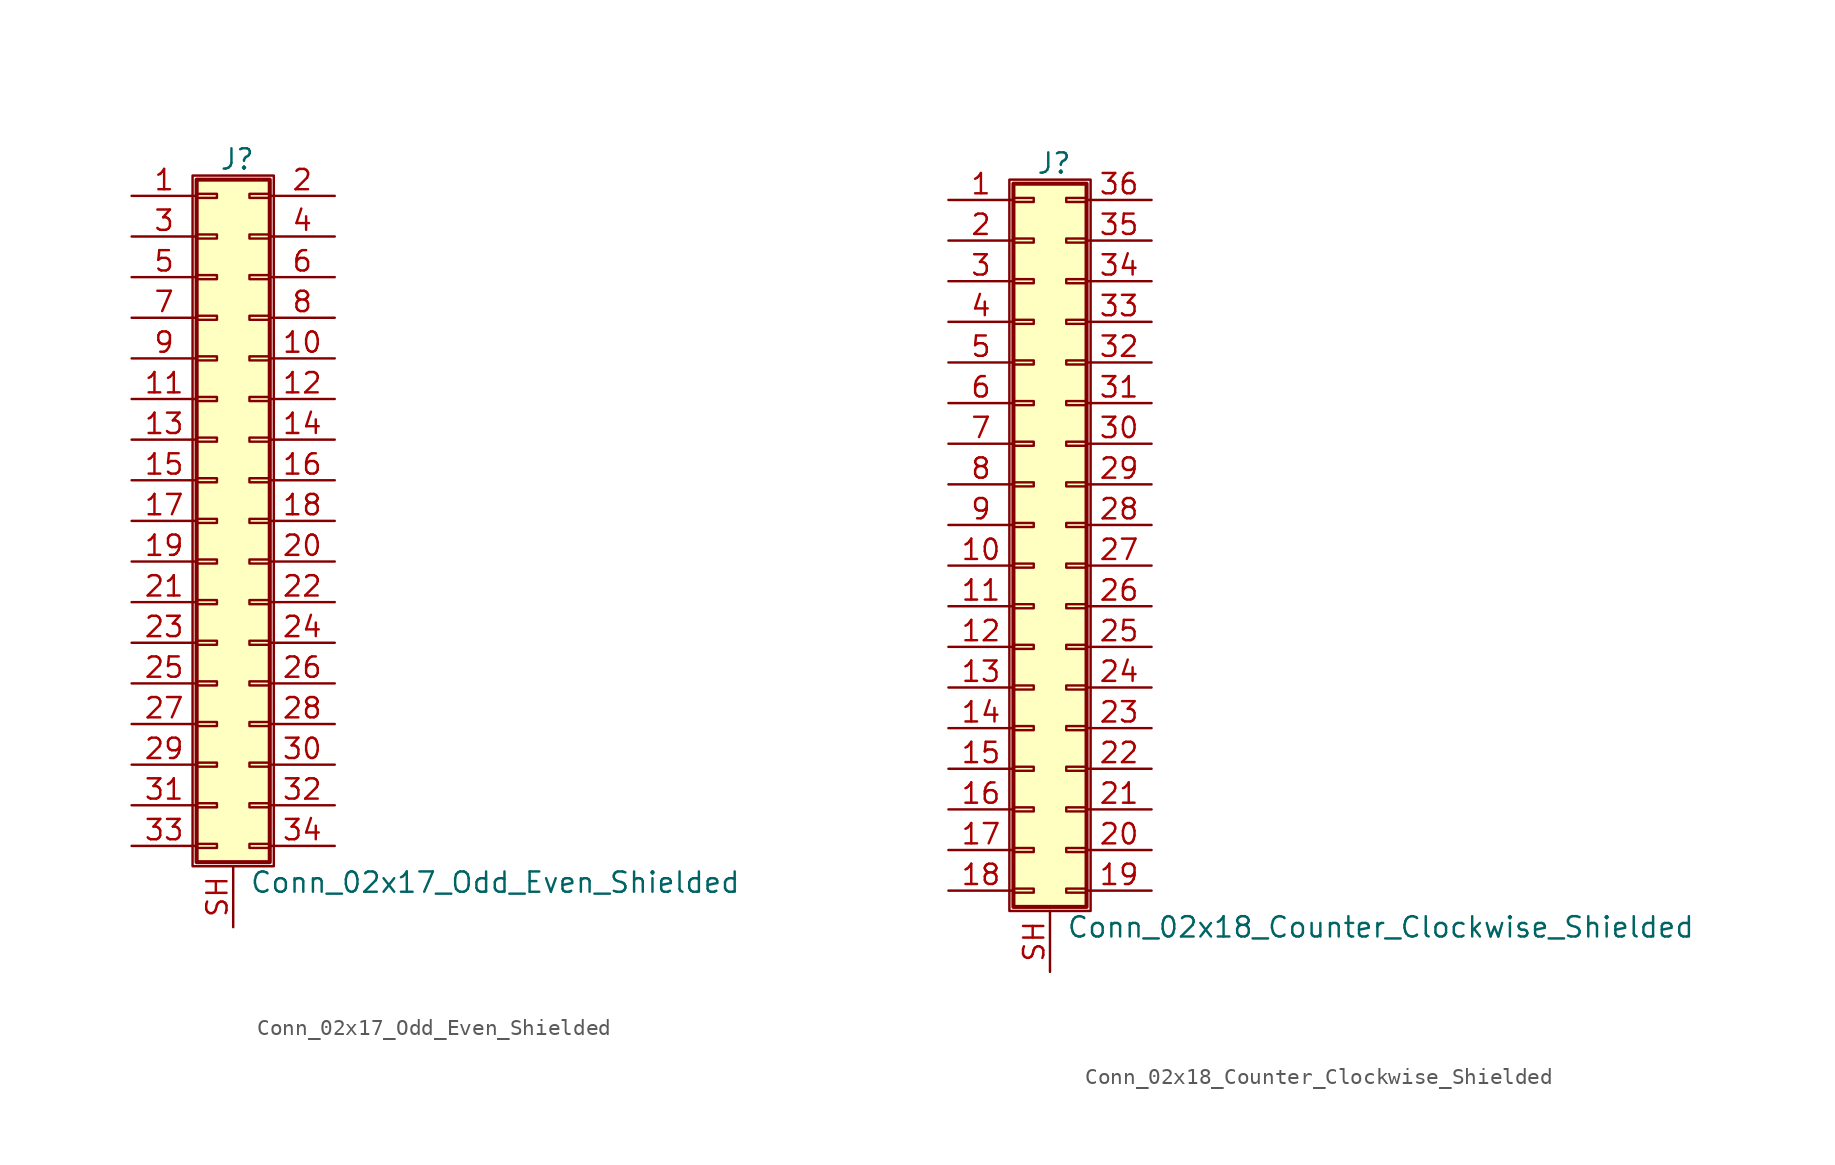
<source format=kicad_sym>
(kicad_symbol_lib
  (version 20201005)
  (generator kicad_symbol_editor)
  (symbol "Conn_02x17_Odd_Even_Shielded"
    (pin_names
      (offset 1.016) hide)
    (property "Reference" "J"
      (at 1.524 22.606 0)
      (effects (font (size 1.27 1.27))))
    (property "Value" "Conn_02x17_Odd_Even_Shielded"
      (at 2.286 -22.606 0)
      (effects (font (size 1.27 1.27)) (justify left)))
    (symbol "Conn_02x17_Odd_Even_Shielded_1_1"
      (rectangle (start -1.27 21.59) (end 3.81 -21.59) (stroke (width 0.152)) (fill (type none)))
      (rectangle (start -1.016 -20.193) (end 0.254 -20.447) (stroke (width 0.152)) (fill (type none)))
      (rectangle (start -1.016 -17.653) (end 0.254 -17.907) (stroke (width 0.152)) (fill (type none)))
      (rectangle (start -1.016 -15.113) (end 0.254 -15.367) (stroke (width 0.152)) (fill (type none)))
      (rectangle (start -1.016 -12.573) (end 0.254 -12.827) (stroke (width 0.152)) (fill (type none)))
      (rectangle (start -1.016 -10.033) (end 0.254 -10.287) (stroke (width 0.152)) (fill (type none)))
      (rectangle (start -1.016 -7.493) (end 0.254 -7.747) (stroke (width 0.152)) (fill (type none)))
      (rectangle (start -1.016 -4.953) (end 0.254 -5.207) (stroke (width 0.152)) (fill (type none)))
      (rectangle (start -1.016 -2.413) (end 0.254 -2.667) (stroke (width 0.152)) (fill (type none)))
      (rectangle (start -1.016 0.127) (end 0.254 -0.127) (stroke (width 0.152)) (fill (type none)))
      (rectangle (start -1.016 2.667) (end 0.254 2.413) (stroke (width 0.152)) (fill (type none)))
      (rectangle (start -1.016 5.207) (end 0.254 4.953) (stroke (width 0.152)) (fill (type none)))
      (rectangle (start -1.016 7.747) (end 0.254 7.493) (stroke (width 0.152)) (fill (type none)))
      (rectangle (start -1.016 10.287) (end 0.254 10.033) (stroke (width 0.152)) (fill (type none)))
      (rectangle (start -1.016 12.827) (end 0.254 12.573) (stroke (width 0.152)) (fill (type none)))
      (rectangle (start -1.016 15.367) (end 0.254 15.113) (stroke (width 0.152)) (fill (type none)))
      (rectangle (start -1.016 17.907) (end 0.254 17.653) (stroke (width 0.152)) (fill (type none)))
      (rectangle (start -1.016 20.447) (end 0.254 20.193) (stroke (width 0.152)) (fill (type none)))
      (rectangle (start 3.556 -20.193) (end 2.286 -20.447) (stroke (width 0.152)) (fill (type none)))
      (rectangle (start 3.556 -17.653) (end 2.286 -17.907) (stroke (width 0.152)) (fill (type none)))
      (rectangle (start 3.556 -15.113) (end 2.286 -15.367) (stroke (width 0.152)) (fill (type none)))
      (rectangle (start 3.556 -12.573) (end 2.286 -12.827) (stroke (width 0.152)) (fill (type none)))
      (rectangle (start 3.556 -10.033) (end 2.286 -10.287) (stroke (width 0.152)) (fill (type none)))
      (rectangle (start 3.556 -7.493) (end 2.286 -7.747) (stroke (width 0.152)) (fill (type none)))
      (rectangle (start 3.556 -4.953) (end 2.286 -5.207) (stroke (width 0.152)) (fill (type none)))
      (rectangle (start 3.556 -2.413) (end 2.286 -2.667) (stroke (width 0.152)) (fill (type none)))
      (rectangle (start 3.556 0.127) (end 2.286 -0.127) (stroke (width 0.152)) (fill (type none)))
      (rectangle (start 3.556 2.667) (end 2.286 2.413) (stroke (width 0.152)) (fill (type none)))
      (rectangle (start 3.556 5.207) (end 2.286 4.953) (stroke (width 0.152)) (fill (type none)))
      (rectangle (start 3.556 7.747) (end 2.286 7.493) (stroke (width 0.152)) (fill (type none)))
      (rectangle (start 3.556 10.287) (end 2.286 10.033) (stroke (width 0.152)) (fill (type none)))
      (rectangle (start 3.556 12.827) (end 2.286 12.573) (stroke (width 0.152)) (fill (type none)))
      (rectangle (start 3.556 15.367) (end 2.286 15.113) (stroke (width 0.152)) (fill (type none)))
      (rectangle (start 3.556 17.907) (end 2.286 17.653) (stroke (width 0.152)) (fill (type none)))
      (rectangle (start 3.556 20.447) (end 2.286 20.193) (stroke (width 0.152)) (fill (type none)))
      (rectangle (start -1.016 21.336) (end 3.556 -21.336) (stroke (width 0.254)) (fill (type background)))
      (pin passive line (at -5.08 20.32 0) (length 4.064) (name "Pin_1" (effects (font (size 1.27 1.27)))) (number "1" (effects (font (size 1.27 1.27)))))
      (pin passive line (at 7.62 10.16 180) (length 4.064) (name "Pin_10" (effects (font (size 1.27 1.27)))) (number "10" (effects (font (size 1.27 1.27)))))
      (pin passive line (at -5.08 7.62 0) (length 4.064) (name "Pin_11" (effects (font (size 1.27 1.27)))) (number "11" (effects (font (size 1.27 1.27)))))
      (pin passive line (at 7.62 7.62 180) (length 4.064) (name "Pin_12" (effects (font (size 1.27 1.27)))) (number "12" (effects (font (size 1.27 1.27)))))
      (pin passive line (at -5.08 5.08 0) (length 4.064) (name "Pin_13" (effects (font (size 1.27 1.27)))) (number "13" (effects (font (size 1.27 1.27)))))
      (pin passive line (at 7.62 5.08 180) (length 4.064) (name "Pin_14" (effects (font (size 1.27 1.27)))) (number "14" (effects (font (size 1.27 1.27)))))
      (pin passive line (at -5.08 2.54 0) (length 4.064) (name "Pin_15" (effects (font (size 1.27 1.27)))) (number "15" (effects (font (size 1.27 1.27)))))
      (pin passive line (at 7.62 2.54 180) (length 4.064) (name "Pin_16" (effects (font (size 1.27 1.27)))) (number "16" (effects (font (size 1.27 1.27)))))
      (pin passive line (at -5.08 0 0) (length 4.064) (name "Pin_17" (effects (font (size 1.27 1.27)))) (number "17" (effects (font (size 1.27 1.27)))))
      (pin passive line (at 7.62 0 180) (length 4.064) (name "Pin_18" (effects (font (size 1.27 1.27)))) (number "18" (effects (font (size 1.27 1.27)))))
      (pin passive line (at -5.08 -2.54 0) (length 4.064) (name "Pin_19" (effects (font (size 1.27 1.27)))) (number "19" (effects (font (size 1.27 1.27)))))
      (pin passive line (at 7.62 20.32 180) (length 4.064) (name "Pin_2" (effects (font (size 1.27 1.27)))) (number "2" (effects (font (size 1.27 1.27)))))
      (pin passive line (at 7.62 -2.54 180) (length 4.064) (name "Pin_20" (effects (font (size 1.27 1.27)))) (number "20" (effects (font (size 1.27 1.27)))))
      (pin passive line (at -5.08 -5.08 0) (length 4.064) (name "Pin_21" (effects (font (size 1.27 1.27)))) (number "21" (effects (font (size 1.27 1.27)))))
      (pin passive line (at 7.62 -5.08 180) (length 4.064) (name "Pin_22" (effects (font (size 1.27 1.27)))) (number "22" (effects (font (size 1.27 1.27)))))
      (pin passive line (at -5.08 -7.62 0) (length 4.064) (name "Pin_23" (effects (font (size 1.27 1.27)))) (number "23" (effects (font (size 1.27 1.27)))))
      (pin passive line (at 7.62 -7.62 180) (length 4.064) (name "Pin_24" (effects (font (size 1.27 1.27)))) (number "24" (effects (font (size 1.27 1.27)))))
      (pin passive line (at -5.08 -10.16 0) (length 4.064) (name "Pin_25" (effects (font (size 1.27 1.27)))) (number "25" (effects (font (size 1.27 1.27)))))
      (pin passive line (at 7.62 -10.16 180) (length 4.064) (name "Pin_26" (effects (font (size 1.27 1.27)))) (number "26" (effects (font (size 1.27 1.27)))))
      (pin passive line (at -5.08 -12.7 0) (length 4.064) (name "Pin_27" (effects (font (size 1.27 1.27)))) (number "27" (effects (font (size 1.27 1.27)))))
      (pin passive line (at 7.62 -12.7 180) (length 4.064) (name "Pin_28" (effects (font (size 1.27 1.27)))) (number "28" (effects (font (size 1.27 1.27)))))
      (pin passive line (at -5.08 -15.24 0) (length 4.064) (name "Pin_29" (effects (font (size 1.27 1.27)))) (number "29" (effects (font (size 1.27 1.27)))))
      (pin passive line (at -5.08 17.78 0) (length 4.064) (name "Pin_3" (effects (font (size 1.27 1.27)))) (number "3" (effects (font (size 1.27 1.27)))))
      (pin passive line (at 7.62 -15.24 180) (length 4.064) (name "Pin_30" (effects (font (size 1.27 1.27)))) (number "30" (effects (font (size 1.27 1.27)))))
      (pin passive line (at -5.08 -17.78 0) (length 4.064) (name "Pin_31" (effects (font (size 1.27 1.27)))) (number "31" (effects (font (size 1.27 1.27)))))
      (pin passive line (at 7.62 -17.78 180) (length 4.064) (name "Pin_32" (effects (font (size 1.27 1.27)))) (number "32" (effects (font (size 1.27 1.27)))))
      (pin passive line (at -5.08 -20.32 0) (length 4.064) (name "Pin_33" (effects (font (size 1.27 1.27)))) (number "33" (effects (font (size 1.27 1.27)))))
      (pin passive line (at 7.62 -20.32 180) (length 4.064) (name "Pin_34" (effects (font (size 1.27 1.27)))) (number "34" (effects (font (size 1.27 1.27)))))
      (pin passive line (at 7.62 17.78 180) (length 4.064) (name "Pin_4" (effects (font (size 1.27 1.27)))) (number "4" (effects (font (size 1.27 1.27)))))
      (pin passive line (at -5.08 15.24 0) (length 4.064) (name "Pin_5" (effects (font (size 1.27 1.27)))) (number "5" (effects (font (size 1.27 1.27)))))
      (pin passive line (at 7.62 15.24 180) (length 4.064) (name "Pin_6" (effects (font (size 1.27 1.27)))) (number "6" (effects (font (size 1.27 1.27)))))
      (pin passive line (at -5.08 12.7 0) (length 4.064) (name "Pin_7" (effects (font (size 1.27 1.27)))) (number "7" (effects (font (size 1.27 1.27)))))
      (pin passive line (at 7.62 12.7 180) (length 4.064) (name "Pin_8" (effects (font (size 1.27 1.27)))) (number "8" (effects (font (size 1.27 1.27)))))
      (pin passive line (at -5.08 10.16 0) (length 4.064) (name "Pin_9" (effects (font (size 1.27 1.27)))) (number "9" (effects (font (size 1.27 1.27)))))
      (pin passive line (at 1.27 -25.4 90) (length 3.81) (name "Shield" (effects (font (size 1.27 1.27)))) (number "SH" (effects (font (size 1.27 1.27)))))))
  (symbol "Conn_02x18_Counter_Clockwise_Shielded"
    (pin_names
      (offset 1.016) hide)
    (property "Reference" "J"
      (at 1.524 22.606 0)
      (effects (font (size 1.27 1.27))))
    (property "Value" "Conn_02x18_Counter_Clockwise_Shielded"
      (at 2.286 -25.146 0)
      (effects (font (size 1.27 1.27)) (justify left)))
    (symbol "Conn_02x18_Counter_Clockwise_Shielded_1_1"
      (rectangle (start -1.27 21.59) (end 3.81 -24.13) (stroke (width 0.152)) (fill (type none)))
      (rectangle (start -1.016 -22.733) (end 0.254 -22.987) (stroke (width 0.152)) (fill (type none)))
      (rectangle (start -1.016 -20.193) (end 0.254 -20.447) (stroke (width 0.152)) (fill (type none)))
      (rectangle (start -1.016 -17.653) (end 0.254 -17.907) (stroke (width 0.152)) (fill (type none)))
      (rectangle (start -1.016 -15.113) (end 0.254 -15.367) (stroke (width 0.152)) (fill (type none)))
      (rectangle (start -1.016 -12.573) (end 0.254 -12.827) (stroke (width 0.152)) (fill (type none)))
      (rectangle (start -1.016 -10.033) (end 0.254 -10.287) (stroke (width 0.152)) (fill (type none)))
      (rectangle (start -1.016 -7.493) (end 0.254 -7.747) (stroke (width 0.152)) (fill (type none)))
      (rectangle (start -1.016 -4.953) (end 0.254 -5.207) (stroke (width 0.152)) (fill (type none)))
      (rectangle (start -1.016 -2.413) (end 0.254 -2.667) (stroke (width 0.152)) (fill (type none)))
      (rectangle (start -1.016 0.127) (end 0.254 -0.127) (stroke (width 0.152)) (fill (type none)))
      (rectangle (start -1.016 2.667) (end 0.254 2.413) (stroke (width 0.152)) (fill (type none)))
      (rectangle (start -1.016 5.207) (end 0.254 4.953) (stroke (width 0.152)) (fill (type none)))
      (rectangle (start -1.016 7.747) (end 0.254 7.493) (stroke (width 0.152)) (fill (type none)))
      (rectangle (start -1.016 10.287) (end 0.254 10.033) (stroke (width 0.152)) (fill (type none)))
      (rectangle (start -1.016 12.827) (end 0.254 12.573) (stroke (width 0.152)) (fill (type none)))
      (rectangle (start -1.016 15.367) (end 0.254 15.113) (stroke (width 0.152)) (fill (type none)))
      (rectangle (start -1.016 17.907) (end 0.254 17.653) (stroke (width 0.152)) (fill (type none)))
      (rectangle (start -1.016 20.447) (end 0.254 20.193) (stroke (width 0.152)) (fill (type none)))
      (rectangle (start 3.556 -22.733) (end 2.286 -22.987) (stroke (width 0.152)) (fill (type none)))
      (rectangle (start 3.556 -20.193) (end 2.286 -20.447) (stroke (width 0.152)) (fill (type none)))
      (rectangle (start 3.556 -17.653) (end 2.286 -17.907) (stroke (width 0.152)) (fill (type none)))
      (rectangle (start 3.556 -15.113) (end 2.286 -15.367) (stroke (width 0.152)) (fill (type none)))
      (rectangle (start 3.556 -12.573) (end 2.286 -12.827) (stroke (width 0.152)) (fill (type none)))
      (rectangle (start 3.556 -10.033) (end 2.286 -10.287) (stroke (width 0.152)) (fill (type none)))
      (rectangle (start 3.556 -7.493) (end 2.286 -7.747) (stroke (width 0.152)) (fill (type none)))
      (rectangle (start 3.556 -4.953) (end 2.286 -5.207) (stroke (width 0.152)) (fill (type none)))
      (rectangle (start 3.556 -2.413) (end 2.286 -2.667) (stroke (width 0.152)) (fill (type none)))
      (rectangle (start 3.556 0.127) (end 2.286 -0.127) (stroke (width 0.152)) (fill (type none)))
      (rectangle (start 3.556 2.667) (end 2.286 2.413) (stroke (width 0.152)) (fill (type none)))
      (rectangle (start 3.556 5.207) (end 2.286 4.953) (stroke (width 0.152)) (fill (type none)))
      (rectangle (start 3.556 7.747) (end 2.286 7.493) (stroke (width 0.152)) (fill (type none)))
      (rectangle (start 3.556 10.287) (end 2.286 10.033) (stroke (width 0.152)) (fill (type none)))
      (rectangle (start 3.556 12.827) (end 2.286 12.573) (stroke (width 0.152)) (fill (type none)))
      (rectangle (start 3.556 15.367) (end 2.286 15.113) (stroke (width 0.152)) (fill (type none)))
      (rectangle (start 3.556 17.907) (end 2.286 17.653) (stroke (width 0.152)) (fill (type none)))
      (rectangle (start 3.556 20.447) (end 2.286 20.193) (stroke (width 0.152)) (fill (type none)))
      (rectangle (start -1.016 21.336) (end 3.556 -23.876) (stroke (width 0.254)) (fill (type background)))
      (pin passive line (at -5.08 20.32 0) (length 4.064) (name "Pin_1" (effects (font (size 1.27 1.27)))) (number "1" (effects (font (size 1.27 1.27)))))
      (pin passive line (at -5.08 -2.54 0) (length 4.064) (name "Pin_10" (effects (font (size 1.27 1.27)))) (number "10" (effects (font (size 1.27 1.27)))))
      (pin passive line (at -5.08 -5.08 0) (length 4.064) (name "Pin_11" (effects (font (size 1.27 1.27)))) (number "11" (effects (font (size 1.27 1.27)))))
      (pin passive line (at -5.08 -7.62 0) (length 4.064) (name "Pin_12" (effects (font (size 1.27 1.27)))) (number "12" (effects (font (size 1.27 1.27)))))
      (pin passive line (at -5.08 -10.16 0) (length 4.064) (name "Pin_13" (effects (font (size 1.27 1.27)))) (number "13" (effects (font (size 1.27 1.27)))))
      (pin passive line (at -5.08 -12.7 0) (length 4.064) (name "Pin_14" (effects (font (size 1.27 1.27)))) (number "14" (effects (font (size 1.27 1.27)))))
      (pin passive line (at -5.08 -15.24 0) (length 4.064) (name "Pin_15" (effects (font (size 1.27 1.27)))) (number "15" (effects (font (size 1.27 1.27)))))
      (pin passive line (at -5.08 -17.78 0) (length 4.064) (name "Pin_16" (effects (font (size 1.27 1.27)))) (number "16" (effects (font (size 1.27 1.27)))))
      (pin passive line (at -5.08 -20.32 0) (length 4.064) (name "Pin_17" (effects (font (size 1.27 1.27)))) (number "17" (effects (font (size 1.27 1.27)))))
      (pin passive line (at -5.08 -22.86 0) (length 4.064) (name "Pin_18" (effects (font (size 1.27 1.27)))) (number "18" (effects (font (size 1.27 1.27)))))
      (pin passive line (at 7.62 -22.86 180) (length 4.064) (name "Pin_19" (effects (font (size 1.27 1.27)))) (number "19" (effects (font (size 1.27 1.27)))))
      (pin passive line (at -5.08 17.78 0) (length 4.064) (name "Pin_2" (effects (font (size 1.27 1.27)))) (number "2" (effects (font (size 1.27 1.27)))))
      (pin passive line (at 7.62 -20.32 180) (length 4.064) (name "Pin_20" (effects (font (size 1.27 1.27)))) (number "20" (effects (font (size 1.27 1.27)))))
      (pin passive line (at 7.62 -17.78 180) (length 4.064) (name "Pin_21" (effects (font (size 1.27 1.27)))) (number "21" (effects (font (size 1.27 1.27)))))
      (pin passive line (at 7.62 -15.24 180) (length 4.064) (name "Pin_22" (effects (font (size 1.27 1.27)))) (number "22" (effects (font (size 1.27 1.27)))))
      (pin passive line (at 7.62 -12.7 180) (length 4.064) (name "Pin_23" (effects (font (size 1.27 1.27)))) (number "23" (effects (font (size 1.27 1.27)))))
      (pin passive line (at 7.62 -10.16 180) (length 4.064) (name "Pin_24" (effects (font (size 1.27 1.27)))) (number "24" (effects (font (size 1.27 1.27)))))
      (pin passive line (at 7.62 -7.62 180) (length 4.064) (name "Pin_25" (effects (font (size 1.27 1.27)))) (number "25" (effects (font (size 1.27 1.27)))))
      (pin passive line (at 7.62 -5.08 180) (length 4.064) (name "Pin_26" (effects (font (size 1.27 1.27)))) (number "26" (effects (font (size 1.27 1.27)))))
      (pin passive line (at 7.62 -2.54 180) (length 4.064) (name "Pin_27" (effects (font (size 1.27 1.27)))) (number "27" (effects (font (size 1.27 1.27)))))
      (pin passive line (at 7.62 0 180) (length 4.064) (name "Pin_28" (effects (font (size 1.27 1.27)))) (number "28" (effects (font (size 1.27 1.27)))))
      (pin passive line (at 7.62 2.54 180) (length 4.064) (name "Pin_29" (effects (font (size 1.27 1.27)))) (number "29" (effects (font (size 1.27 1.27)))))
      (pin passive line (at -5.08 15.24 0) (length 4.064) (name "Pin_3" (effects (font (size 1.27 1.27)))) (number "3" (effects (font (size 1.27 1.27)))))
      (pin passive line (at 7.62 5.08 180) (length 4.064) (name "Pin_30" (effects (font (size 1.27 1.27)))) (number "30" (effects (font (size 1.27 1.27)))))
      (pin passive line (at 7.62 7.62 180) (length 4.064) (name "Pin_31" (effects (font (size 1.27 1.27)))) (number "31" (effects (font (size 1.27 1.27)))))
      (pin passive line (at 7.62 10.16 180) (length 4.064) (name "Pin_32" (effects (font (size 1.27 1.27)))) (number "32" (effects (font (size 1.27 1.27)))))
      (pin passive line (at 7.62 12.7 180) (length 4.064) (name "Pin_33" (effects (font (size 1.27 1.27)))) (number "33" (effects (font (size 1.27 1.27)))))
      (pin passive line (at 7.62 15.24 180) (length 4.064) (name "Pin_34" (effects (font (size 1.27 1.27)))) (number "34" (effects (font (size 1.27 1.27)))))
      (pin passive line (at 7.62 17.78 180) (length 4.064) (name "Pin_35" (effects (font (size 1.27 1.27)))) (number "35" (effects (font (size 1.27 1.27)))))
      (pin passive line (at 7.62 20.32 180) (length 4.064) (name "Pin_36" (effects (font (size 1.27 1.27)))) (number "36" (effects (font (size 1.27 1.27)))))
      (pin passive line (at -5.08 12.7 0) (length 4.064) (name "Pin_4" (effects (font (size 1.27 1.27)))) (number "4" (effects (font (size 1.27 1.27)))))
      (pin passive line (at -5.08 10.16 0) (length 4.064) (name "Pin_5" (effects (font (size 1.27 1.27)))) (number "5" (effects (font (size 1.27 1.27)))))
      (pin passive line (at -5.08 7.62 0) (length 4.064) (name "Pin_6" (effects (font (size 1.27 1.27)))) (number "6" (effects (font (size 1.27 1.27)))))
      (pin passive line (at -5.08 5.08 0) (length 4.064) (name "Pin_7" (effects (font (size 1.27 1.27)))) (number "7" (effects (font (size 1.27 1.27)))))
      (pin passive line (at -5.08 2.54 0) (length 4.064) (name "Pin_8" (effects (font (size 1.27 1.27)))) (number "8" (effects (font (size 1.27 1.27)))))
      (pin passive line (at -5.08 0 0) (length 4.064) (name "Pin_9" (effects (font (size 1.27 1.27)))) (number "9" (effects (font (size 1.27 1.27)))))
      (pin passive line (at 1.27 -27.94 90) (length 3.81) (name "Shield" (effects (font (size 1.27 1.27)))) (number "SH" (effects (font (size 1.27 1.27))))))))
</source>
